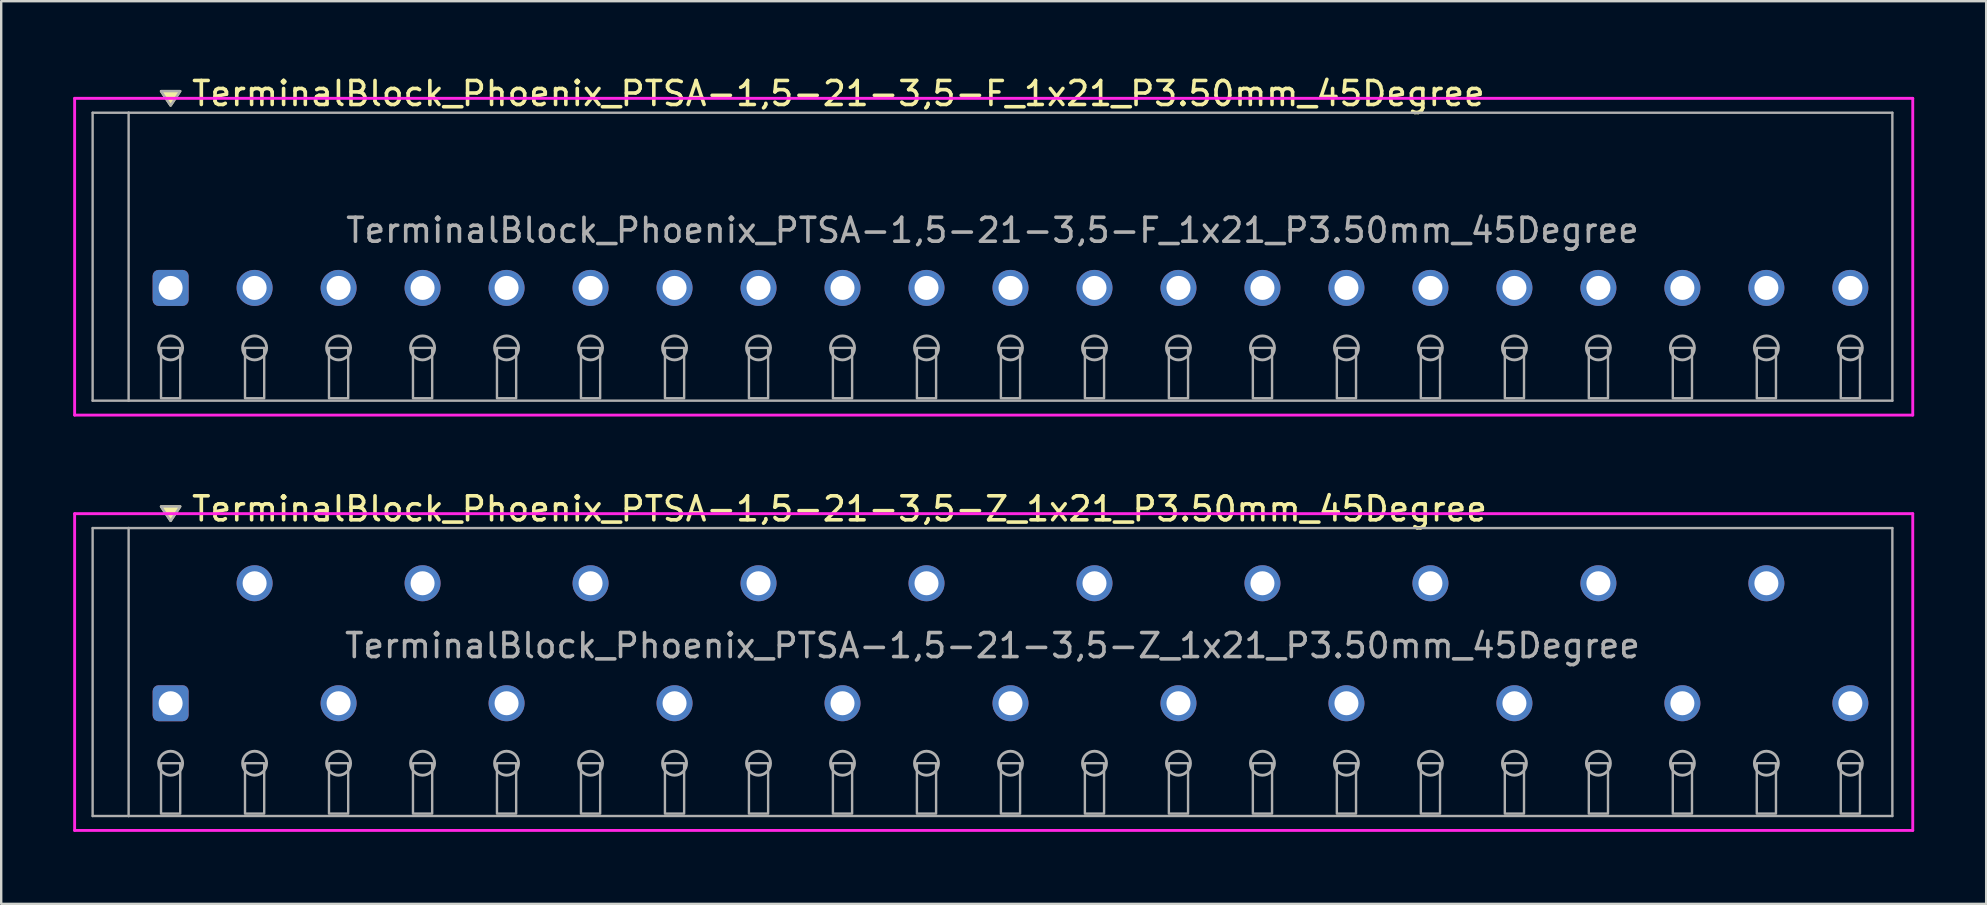
<source format=kicad_pcb>
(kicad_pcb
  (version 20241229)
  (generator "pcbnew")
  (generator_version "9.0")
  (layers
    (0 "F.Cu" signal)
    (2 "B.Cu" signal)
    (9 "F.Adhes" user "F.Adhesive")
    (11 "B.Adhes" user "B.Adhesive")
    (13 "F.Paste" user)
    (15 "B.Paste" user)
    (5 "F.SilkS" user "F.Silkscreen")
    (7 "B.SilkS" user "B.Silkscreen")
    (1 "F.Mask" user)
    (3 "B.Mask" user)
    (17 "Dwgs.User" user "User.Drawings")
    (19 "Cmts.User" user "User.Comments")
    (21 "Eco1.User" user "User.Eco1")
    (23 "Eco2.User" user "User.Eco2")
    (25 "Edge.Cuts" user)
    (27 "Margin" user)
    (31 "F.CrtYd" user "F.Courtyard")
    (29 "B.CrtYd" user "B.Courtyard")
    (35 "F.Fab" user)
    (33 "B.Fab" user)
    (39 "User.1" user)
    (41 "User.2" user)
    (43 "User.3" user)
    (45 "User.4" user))
  (footprint "TerminalBlock_Phoenix_PTSA-1,5-21-3,5-Z_1x21_P3.50mm_45Degree"
    (layer "F.Cu")
    (at 4.06 26.256)
    (property "Reference" "TerminalBlock_Phoenix_PTSA-1,5-21-3,5-Z_1x21_P3.50mm_45Degree" (at 0.8 -8.1 0) (layer "F.SilkS") (effects (font (size 1 1) (thickness 0.15)) (justify left)))
    (attr through_hole)
    (fp_poly (pts (xy 0 -7.6) (xy -0.4 -8.2) (xy 0.4 -8.2)) (stroke (width 0.1) (type solid)) (fill yes) (layer "F.SilkS"))
    (fp_line (start -4 -7.9) (end 72.6 -7.9) (stroke (width 0.12) (type solid)) (layer "F.CrtYd"))
    (fp_line (start -4 5.3) (end -4 -7.9) (stroke (width 0.12) (type solid)) (layer "F.CrtYd"))
    (fp_line (start 72.6 -7.9) (end 72.6 5.3) (stroke (width 0.12) (type solid)) (layer "F.CrtYd"))
    (fp_line (start 72.6 5.3) (end -4 5.3) (stroke (width 0.12) (type solid)) (layer "F.CrtYd"))
    (fp_line (start -3.25 -7.3) (end -1.75 -7.3) (stroke (width 0.1) (type solid)) (layer "F.Fab"))
    (fp_line (start -3.25 4.7) (end -3.25 -7.3) (stroke (width 0.1) (type solid)) (layer "F.Fab"))
    (fp_line (start -1.75 -7.3) (end -1.75 4.7) (stroke (width 0.1) (type solid)) (layer "F.Fab"))
    (fp_line (start -1.75 4.7) (end -3.25 4.7) (stroke (width 0.1) (type solid)) (layer "F.Fab"))
    (fp_line (start -1.75 4.7) (end 71.75 4.7) (stroke (width 0.1) (type solid)) (layer "F.Fab"))
    (fp_line (start 71.75 -7.3) (end -1.75 -7.3) (stroke (width 0.1) (type solid)) (layer "F.Fab"))
    (fp_line (start 71.75 4.7) (end 71.75 -7.3) (stroke (width 0.1) (type solid)) (layer "F.Fab"))
    (fp_circle (center 0 2.5) (end -0.5 2.5) (stroke (width 0.12) (type solid)) (fill no) (layer "F.Fab"))
    (fp_circle (center 3.5 2.5) (end 3 2.5) (stroke (width 0.12) (type solid)) (fill no) (layer "F.Fab"))
    (fp_circle (center 7 2.5) (end 6.5 2.5) (stroke (width 0.12) (type solid)) (fill no) (layer "F.Fab"))
    (fp_circle (center 10.5 2.5) (end 10 2.5) (stroke (width 0.12) (type solid)) (fill no) (layer "F.Fab"))
    (fp_circle (center 14 2.5) (end 13.5 2.5) (stroke (width 0.12) (type solid)) (fill no) (layer "F.Fab"))
    (fp_circle (center 17.5 2.5) (end 17 2.5) (stroke (width 0.12) (type solid)) (fill no) (layer "F.Fab"))
    (fp_circle (center 21 2.5) (end 20.5 2.5) (stroke (width 0.12) (type solid)) (fill no) (layer "F.Fab"))
    (fp_circle (center 24.5 2.5) (end 24 2.5) (stroke (width 0.12) (type solid)) (fill no) (layer "F.Fab"))
    (fp_circle (center 28 2.5) (end 27.5 2.5) (stroke (width 0.12) (type solid)) (fill no) (layer "F.Fab"))
    (fp_circle (center 31.5 2.5) (end 31 2.5) (stroke (width 0.12) (type solid)) (fill no) (layer "F.Fab"))
    (fp_circle (center 35 2.5) (end 34.5 2.5) (stroke (width 0.12) (type solid)) (fill no) (layer "F.Fab"))
    (fp_circle (center 38.5 2.5) (end 38 2.5) (stroke (width 0.12) (type solid)) (fill no) (layer "F.Fab"))
    (fp_circle (center 42 2.5) (end 41.5 2.5) (stroke (width 0.12) (type solid)) (fill no) (layer "F.Fab"))
    (fp_circle (center 45.5 2.5) (end 45 2.5) (stroke (width 0.12) (type solid)) (fill no) (layer "F.Fab"))
    (fp_circle (center 49 2.5) (end 48.5 2.5) (stroke (width 0.12) (type solid)) (fill no) (layer "F.Fab"))
    (fp_circle (center 52.5 2.5) (end 52 2.5) (stroke (width 0.12) (type solid)) (fill no) (layer "F.Fab"))
    (fp_circle (center 56 2.5) (end 55.5 2.5) (stroke (width 0.12) (type solid)) (fill no) (layer "F.Fab"))
    (fp_circle (center 59.5 2.5) (end 59 2.5) (stroke (width 0.12) (type solid)) (fill no) (layer "F.Fab"))
    (fp_circle (center 63 2.5) (end 62.5 2.5) (stroke (width 0.12) (type solid)) (fill no) (layer "F.Fab"))
    (fp_circle (center 66.5 2.5) (end 66 2.5) (stroke (width 0.12) (type solid)) (fill no) (layer "F.Fab"))
    (fp_circle (center 70 2.5) (end 69.5 2.5) (stroke (width 0.12) (type solid)) (fill no) (layer "F.Fab"))
    (fp_poly (pts (xy 0 -7.6) (xy -0.4 -8.2) (xy 0.4 -8.2)) (stroke (width 0.1) (type solid)) (fill no) (layer "F.Fab"))
    (fp_poly (pts (xy -0.4 2.5) (xy -0.4 4.6) (xy 0.4 4.6) (xy 0.4 2.5)) (stroke (width 0.1) (type solid)) (fill no) (layer "F.Fab"))
    (fp_poly (pts (xy 3.1 2.5) (xy 3.1 4.6) (xy 3.9 4.6) (xy 3.9 2.5)) (stroke (width 0.1) (type solid)) (fill no) (layer "F.Fab"))
    (fp_poly (pts (xy 6.6 2.5) (xy 6.6 4.6) (xy 7.4 4.6) (xy 7.4 2.5)) (stroke (width 0.1) (type solid)) (fill no) (layer "F.Fab"))
    (fp_poly (pts (xy 10.1 2.5) (xy 10.1 4.6) (xy 10.9 4.6) (xy 10.9 2.5)) (stroke (width 0.1) (type solid)) (fill no) (layer "F.Fab"))
    (fp_poly (pts (xy 13.6 2.5) (xy 13.6 4.6) (xy 14.4 4.6) (xy 14.4 2.5)) (stroke (width 0.1) (type solid)) (fill no) (layer "F.Fab"))
    (fp_poly (pts (xy 17.1 2.5) (xy 17.1 4.6) (xy 17.9 4.6) (xy 17.9 2.5)) (stroke (width 0.1) (type solid)) (fill no) (layer "F.Fab"))
    (fp_poly (pts (xy 20.6 2.5) (xy 20.6 4.6) (xy 21.4 4.6) (xy 21.4 2.5)) (stroke (width 0.1) (type solid)) (fill no) (layer "F.Fab"))
    (fp_poly (pts (xy 24.1 2.5) (xy 24.1 4.6) (xy 24.9 4.6) (xy 24.9 2.5)) (stroke (width 0.1) (type solid)) (fill no) (layer "F.Fab"))
    (fp_poly (pts (xy 27.6 2.5) (xy 27.6 4.6) (xy 28.4 4.6) (xy 28.4 2.5)) (stroke (width 0.1) (type solid)) (fill no) (layer "F.Fab"))
    (fp_poly (pts (xy 31.1 2.5) (xy 31.1 4.6) (xy 31.9 4.6) (xy 31.9 2.5)) (stroke (width 0.1) (type solid)) (fill no) (layer "F.Fab"))
    (fp_poly (pts (xy 34.6 2.5) (xy 34.6 4.6) (xy 35.4 4.6) (xy 35.4 2.5)) (stroke (width 0.1) (type solid)) (fill no) (layer "F.Fab"))
    (fp_poly (pts (xy 38.1 2.5) (xy 38.1 4.6) (xy 38.9 4.6) (xy 38.9 2.5)) (stroke (width 0.1) (type solid)) (fill no) (layer "F.Fab"))
    (fp_poly (pts (xy 41.6 2.5) (xy 41.6 4.6) (xy 42.4 4.6) (xy 42.4 2.5)) (stroke (width 0.1) (type solid)) (fill no) (layer "F.Fab"))
    (fp_poly (pts (xy 45.1 2.5) (xy 45.1 4.6) (xy 45.9 4.6) (xy 45.9 2.5)) (stroke (width 0.1) (type solid)) (fill no) (layer "F.Fab"))
    (fp_poly (pts (xy 48.6 2.5) (xy 48.6 4.6) (xy 49.4 4.6) (xy 49.4 2.5)) (stroke (width 0.1) (type solid)) (fill no) (layer "F.Fab"))
    (fp_poly (pts (xy 52.1 2.5) (xy 52.1 4.6) (xy 52.9 4.6) (xy 52.9 2.5)) (stroke (width 0.1) (type solid)) (fill no) (layer "F.Fab"))
    (fp_poly (pts (xy 55.6 2.5) (xy 55.6 4.6) (xy 56.4 4.6) (xy 56.4 2.5)) (stroke (width 0.1) (type solid)) (fill no) (layer "F.Fab"))
    (fp_poly (pts (xy 59.1 2.5) (xy 59.1 4.6) (xy 59.9 4.6) (xy 59.9 2.5)) (stroke (width 0.1) (type solid)) (fill no) (layer "F.Fab"))
    (fp_poly (pts (xy 62.6 2.5) (xy 62.6 4.6) (xy 63.4 4.6) (xy 63.4 2.5)) (stroke (width 0.1) (type solid)) (fill no) (layer "F.Fab"))
    (fp_poly (pts (xy 66.1 2.5) (xy 66.1 4.6) (xy 66.9 4.6) (xy 66.9 2.5)) (stroke (width 0.1) (type solid)) (fill no) (layer "F.Fab"))
    (fp_poly (pts (xy 69.6 2.5) (xy 69.6 4.6) (xy 70.4 4.6) (xy 70.4 2.5)) (stroke (width 0.1) (type solid)) (fill no) (layer "F.Fab"))
    (fp_text user "${REFERENCE}" (at 34.25 -2.4 0) (layer "F.Fab") (effects (font (size 1 1) (thickness 0.15))))
    (pad "1" thru_hole roundrect (at 0 0) (size 1.5 1.5) (drill 1) (layers "*.Cu" "*.Mask") (roundrect_rratio 0.167))
    (pad "2" thru_hole oval (at 3.5 -5) (size 1.5 1.5) (drill 1) (layers "*.Cu" "*.Mask"))
    (pad "3" thru_hole oval (at 7 0) (size 1.5 1.5) (drill 1) (layers "*.Cu" "*.Mask"))
    (pad "4" thru_hole oval (at 10.5 -5) (size 1.5 1.5) (drill 1) (layers "*.Cu" "*.Mask"))
    (pad "5" thru_hole oval (at 14 0) (size 1.5 1.5) (drill 1) (layers "*.Cu" "*.Mask"))
    (pad "6" thru_hole oval (at 17.5 -5) (size 1.5 1.5) (drill 1) (layers "*.Cu" "*.Mask"))
    (pad "7" thru_hole oval (at 21 0) (size 1.5 1.5) (drill 1) (layers "*.Cu" "*.Mask"))
    (pad "8" thru_hole oval (at 24.5 -5) (size 1.5 1.5) (drill 1) (layers "*.Cu" "*.Mask"))
    (pad "9" thru_hole oval (at 28 0) (size 1.5 1.5) (drill 1) (layers "*.Cu" "*.Mask"))
    (pad "10" thru_hole oval (at 31.5 -5) (size 1.5 1.5) (drill 1) (layers "*.Cu" "*.Mask"))
    (pad "11" thru_hole oval (at 35 0) (size 1.5 1.5) (drill 1) (layers "*.Cu" "*.Mask"))
    (pad "12" thru_hole oval (at 38.5 -5) (size 1.5 1.5) (drill 1) (layers "*.Cu" "*.Mask"))
    (pad "13" thru_hole oval (at 42 0) (size 1.5 1.5) (drill 1) (layers "*.Cu" "*.Mask"))
    (pad "14" thru_hole oval (at 45.5 -5) (size 1.5 1.5) (drill 1) (layers "*.Cu" "*.Mask"))
    (pad "15" thru_hole oval (at 49 0) (size 1.5 1.5) (drill 1) (layers "*.Cu" "*.Mask"))
    (pad "16" thru_hole oval (at 52.5 -5) (size 1.5 1.5) (drill 1) (layers "*.Cu" "*.Mask"))
    (pad "17" thru_hole oval (at 56 0) (size 1.5 1.5) (drill 1) (layers "*.Cu" "*.Mask"))
    (pad "18" thru_hole oval (at 59.5 -5) (size 1.5 1.5) (drill 1) (layers "*.Cu" "*.Mask"))
    (pad "19" thru_hole oval (at 63 0) (size 1.5 1.5) (drill 1) (layers "*.Cu" "*.Mask"))
    (pad "20" thru_hole oval (at 66.5 -5) (size 1.5 1.5) (drill 1) (layers "*.Cu" "*.Mask"))
    (pad "21" thru_hole oval (at 70 0) (size 1.5 1.5) (drill 1) (layers "*.Cu" "*.Mask")))
  (footprint "TerminalBlock_Phoenix_PTSA-1,5-21-3,5-F_1x21_P3.50mm_45Degree"
    (layer "F.Cu")
    (at 4.06 8.948)
    (property "Reference" "TerminalBlock_Phoenix_PTSA-1,5-21-3,5-F_1x21_P3.50mm_45Degree" (at 0.8 -8.1 0) (layer "F.SilkS") (effects (font (size 1 1) (thickness 0.15)) (justify left)))
    (attr through_hole)
    (fp_poly (pts (xy 0 -7.6) (xy -0.4 -8.2) (xy 0.4 -8.2)) (stroke (width 0.1) (type solid)) (fill yes) (layer "F.SilkS"))
    (fp_line (start -4 -7.9) (end 72.6 -7.9) (stroke (width 0.12) (type solid)) (layer "F.CrtYd"))
    (fp_line (start -4 5.3) (end -4 -7.9) (stroke (width 0.12) (type solid)) (layer "F.CrtYd"))
    (fp_line (start 72.6 -7.9) (end 72.6 5.3) (stroke (width 0.12) (type solid)) (layer "F.CrtYd"))
    (fp_line (start 72.6 5.3) (end -4 5.3) (stroke (width 0.12) (type solid)) (layer "F.CrtYd"))
    (fp_line (start -3.25 -7.3) (end -1.75 -7.3) (stroke (width 0.1) (type solid)) (layer "F.Fab"))
    (fp_line (start -3.25 4.7) (end -3.25 -7.3) (stroke (width 0.1) (type solid)) (layer "F.Fab"))
    (fp_line (start -1.75 -7.3) (end -1.75 4.7) (stroke (width 0.1) (type solid)) (layer "F.Fab"))
    (fp_line (start -1.75 4.7) (end -3.25 4.7) (stroke (width 0.1) (type solid)) (layer "F.Fab"))
    (fp_line (start -1.75 4.7) (end 71.75 4.7) (stroke (width 0.1) (type solid)) (layer "F.Fab"))
    (fp_line (start 71.75 -7.3) (end -1.75 -7.3) (stroke (width 0.1) (type solid)) (layer "F.Fab"))
    (fp_line (start 71.75 4.7) (end 71.75 -7.3) (stroke (width 0.1) (type solid)) (layer "F.Fab"))
    (fp_circle (center 0 2.5) (end -0.5 2.5) (stroke (width 0.12) (type solid)) (fill no) (layer "F.Fab"))
    (fp_circle (center 3.5 2.5) (end 3 2.5) (stroke (width 0.12) (type solid)) (fill no) (layer "F.Fab"))
    (fp_circle (center 7 2.5) (end 6.5 2.5) (stroke (width 0.12) (type solid)) (fill no) (layer "F.Fab"))
    (fp_circle (center 10.5 2.5) (end 10 2.5) (stroke (width 0.12) (type solid)) (fill no) (layer "F.Fab"))
    (fp_circle (center 14 2.5) (end 13.5 2.5) (stroke (width 0.12) (type solid)) (fill no) (layer "F.Fab"))
    (fp_circle (center 17.5 2.5) (end 17 2.5) (stroke (width 0.12) (type solid)) (fill no) (layer "F.Fab"))
    (fp_circle (center 21 2.5) (end 20.5 2.5) (stroke (width 0.12) (type solid)) (fill no) (layer "F.Fab"))
    (fp_circle (center 24.5 2.5) (end 24 2.5) (stroke (width 0.12) (type solid)) (fill no) (layer "F.Fab"))
    (fp_circle (center 28 2.5) (end 27.5 2.5) (stroke (width 0.12) (type solid)) (fill no) (layer "F.Fab"))
    (fp_circle (center 31.5 2.5) (end 31 2.5) (stroke (width 0.12) (type solid)) (fill no) (layer "F.Fab"))
    (fp_circle (center 35 2.5) (end 34.5 2.5) (stroke (width 0.12) (type solid)) (fill no) (layer "F.Fab"))
    (fp_circle (center 38.5 2.5) (end 38 2.5) (stroke (width 0.12) (type solid)) (fill no) (layer "F.Fab"))
    (fp_circle (center 42 2.5) (end 41.5 2.5) (stroke (width 0.12) (type solid)) (fill no) (layer "F.Fab"))
    (fp_circle (center 45.5 2.5) (end 45 2.5) (stroke (width 0.12) (type solid)) (fill no) (layer "F.Fab"))
    (fp_circle (center 49 2.5) (end 48.5 2.5) (stroke (width 0.12) (type solid)) (fill no) (layer "F.Fab"))
    (fp_circle (center 52.5 2.5) (end 52 2.5) (stroke (width 0.12) (type solid)) (fill no) (layer "F.Fab"))
    (fp_circle (center 56 2.5) (end 55.5 2.5) (stroke (width 0.12) (type solid)) (fill no) (layer "F.Fab"))
    (fp_circle (center 59.5 2.5) (end 59 2.5) (stroke (width 0.12) (type solid)) (fill no) (layer "F.Fab"))
    (fp_circle (center 63 2.5) (end 62.5 2.5) (stroke (width 0.12) (type solid)) (fill no) (layer "F.Fab"))
    (fp_circle (center 66.5 2.5) (end 66 2.5) (stroke (width 0.12) (type solid)) (fill no) (layer "F.Fab"))
    (fp_circle (center 70 2.5) (end 69.5 2.5) (stroke (width 0.12) (type solid)) (fill no) (layer "F.Fab"))
    (fp_poly (pts (xy 0 -7.6) (xy -0.4 -8.2) (xy 0.4 -8.2)) (stroke (width 0.1) (type solid)) (fill no) (layer "F.Fab"))
    (fp_poly (pts (xy -0.4 2.5) (xy -0.4 4.6) (xy 0.4 4.6) (xy 0.4 2.5)) (stroke (width 0.1) (type solid)) (fill no) (layer "F.Fab"))
    (fp_poly (pts (xy 3.1 2.5) (xy 3.1 4.6) (xy 3.9 4.6) (xy 3.9 2.5)) (stroke (width 0.1) (type solid)) (fill no) (layer "F.Fab"))
    (fp_poly (pts (xy 6.6 2.5) (xy 6.6 4.6) (xy 7.4 4.6) (xy 7.4 2.5)) (stroke (width 0.1) (type solid)) (fill no) (layer "F.Fab"))
    (fp_poly (pts (xy 10.1 2.5) (xy 10.1 4.6) (xy 10.9 4.6) (xy 10.9 2.5)) (stroke (width 0.1) (type solid)) (fill no) (layer "F.Fab"))
    (fp_poly (pts (xy 13.6 2.5) (xy 13.6 4.6) (xy 14.4 4.6) (xy 14.4 2.5)) (stroke (width 0.1) (type solid)) (fill no) (layer "F.Fab"))
    (fp_poly (pts (xy 17.1 2.5) (xy 17.1 4.6) (xy 17.9 4.6) (xy 17.9 2.5)) (stroke (width 0.1) (type solid)) (fill no) (layer "F.Fab"))
    (fp_poly (pts (xy 20.6 2.5) (xy 20.6 4.6) (xy 21.4 4.6) (xy 21.4 2.5)) (stroke (width 0.1) (type solid)) (fill no) (layer "F.Fab"))
    (fp_poly (pts (xy 24.1 2.5) (xy 24.1 4.6) (xy 24.9 4.6) (xy 24.9 2.5)) (stroke (width 0.1) (type solid)) (fill no) (layer "F.Fab"))
    (fp_poly (pts (xy 27.6 2.5) (xy 27.6 4.6) (xy 28.4 4.6) (xy 28.4 2.5)) (stroke (width 0.1) (type solid)) (fill no) (layer "F.Fab"))
    (fp_poly (pts (xy 31.1 2.5) (xy 31.1 4.6) (xy 31.9 4.6) (xy 31.9 2.5)) (stroke (width 0.1) (type solid)) (fill no) (layer "F.Fab"))
    (fp_poly (pts (xy 34.6 2.5) (xy 34.6 4.6) (xy 35.4 4.6) (xy 35.4 2.5)) (stroke (width 0.1) (type solid)) (fill no) (layer "F.Fab"))
    (fp_poly (pts (xy 38.1 2.5) (xy 38.1 4.6) (xy 38.9 4.6) (xy 38.9 2.5)) (stroke (width 0.1) (type solid)) (fill no) (layer "F.Fab"))
    (fp_poly (pts (xy 41.6 2.5) (xy 41.6 4.6) (xy 42.4 4.6) (xy 42.4 2.5)) (stroke (width 0.1) (type solid)) (fill no) (layer "F.Fab"))
    (fp_poly (pts (xy 45.1 2.5) (xy 45.1 4.6) (xy 45.9 4.6) (xy 45.9 2.5)) (stroke (width 0.1) (type solid)) (fill no) (layer "F.Fab"))
    (fp_poly (pts (xy 48.6 2.5) (xy 48.6 4.6) (xy 49.4 4.6) (xy 49.4 2.5)) (stroke (width 0.1) (type solid)) (fill no) (layer "F.Fab"))
    (fp_poly (pts (xy 52.1 2.5) (xy 52.1 4.6) (xy 52.9 4.6) (xy 52.9 2.5)) (stroke (width 0.1) (type solid)) (fill no) (layer "F.Fab"))
    (fp_poly (pts (xy 55.6 2.5) (xy 55.6 4.6) (xy 56.4 4.6) (xy 56.4 2.5)) (stroke (width 0.1) (type solid)) (fill no) (layer "F.Fab"))
    (fp_poly (pts (xy 59.1 2.5) (xy 59.1 4.6) (xy 59.9 4.6) (xy 59.9 2.5)) (stroke (width 0.1) (type solid)) (fill no) (layer "F.Fab"))
    (fp_poly (pts (xy 62.6 2.5) (xy 62.6 4.6) (xy 63.4 4.6) (xy 63.4 2.5)) (stroke (width 0.1) (type solid)) (fill no) (layer "F.Fab"))
    (fp_poly (pts (xy 66.1 2.5) (xy 66.1 4.6) (xy 66.9 4.6) (xy 66.9 2.5)) (stroke (width 0.1) (type solid)) (fill no) (layer "F.Fab"))
    (fp_poly (pts (xy 69.6 2.5) (xy 69.6 4.6) (xy 70.4 4.6) (xy 70.4 2.5)) (stroke (width 0.1) (type solid)) (fill no) (layer "F.Fab"))
    (fp_text user "${REFERENCE}" (at 34.25 -2.4 0) (layer "F.Fab") (effects (font (size 1 1) (thickness 0.15))))
    (pad "1" thru_hole roundrect (at 0 0) (size 1.5 1.5) (drill 1) (layers "*.Cu" "*.Mask") (roundrect_rratio 0.167))
    (pad "2" thru_hole oval (at 3.5 0) (size 1.5 1.5) (drill 1) (layers "*.Cu" "*.Mask"))
    (pad "3" thru_hole oval (at 7 0) (size 1.5 1.5) (drill 1) (layers "*.Cu" "*.Mask"))
    (pad "4" thru_hole oval (at 10.5 0) (size 1.5 1.5) (drill 1) (layers "*.Cu" "*.Mask"))
    (pad "5" thru_hole oval (at 14 0) (size 1.5 1.5) (drill 1) (layers "*.Cu" "*.Mask"))
    (pad "6" thru_hole oval (at 17.5 0) (size 1.5 1.5) (drill 1) (layers "*.Cu" "*.Mask"))
    (pad "7" thru_hole oval (at 21 0) (size 1.5 1.5) (drill 1) (layers "*.Cu" "*.Mask"))
    (pad "8" thru_hole oval (at 24.5 0) (size 1.5 1.5) (drill 1) (layers "*.Cu" "*.Mask"))
    (pad "9" thru_hole oval (at 28 0) (size 1.5 1.5) (drill 1) (layers "*.Cu" "*.Mask"))
    (pad "10" thru_hole oval (at 31.5 0) (size 1.5 1.5) (drill 1) (layers "*.Cu" "*.Mask"))
    (pad "11" thru_hole oval (at 35 0) (size 1.5 1.5) (drill 1) (layers "*.Cu" "*.Mask"))
    (pad "12" thru_hole oval (at 38.5 0) (size 1.5 1.5) (drill 1) (layers "*.Cu" "*.Mask"))
    (pad "13" thru_hole oval (at 42 0) (size 1.5 1.5) (drill 1) (layers "*.Cu" "*.Mask"))
    (pad "14" thru_hole oval (at 45.5 0) (size 1.5 1.5) (drill 1) (layers "*.Cu" "*.Mask"))
    (pad "15" thru_hole oval (at 49 0) (size 1.5 1.5) (drill 1) (layers "*.Cu" "*.Mask"))
    (pad "16" thru_hole oval (at 52.5 0) (size 1.5 1.5) (drill 1) (layers "*.Cu" "*.Mask"))
    (pad "17" thru_hole oval (at 56 0) (size 1.5 1.5) (drill 1) (layers "*.Cu" "*.Mask"))
    (pad "18" thru_hole oval (at 59.5 0) (size 1.5 1.5) (drill 1) (layers "*.Cu" "*.Mask"))
    (pad "19" thru_hole oval (at 63 0) (size 1.5 1.5) (drill 1) (layers "*.Cu" "*.Mask"))
    (pad "20" thru_hole oval (at 66.5 0) (size 1.5 1.5) (drill 1) (layers "*.Cu" "*.Mask"))
    (pad "21" thru_hole oval (at 70 0) (size 1.5 1.5) (drill 1) (layers "*.Cu" "*.Mask")))
  (gr_rect
    (start -3 -3)
    (end 79.72 34.617)
    (stroke (width 0.1) (type default))
    (fill no)
    (layer "Edge.Cuts")))
</source>
